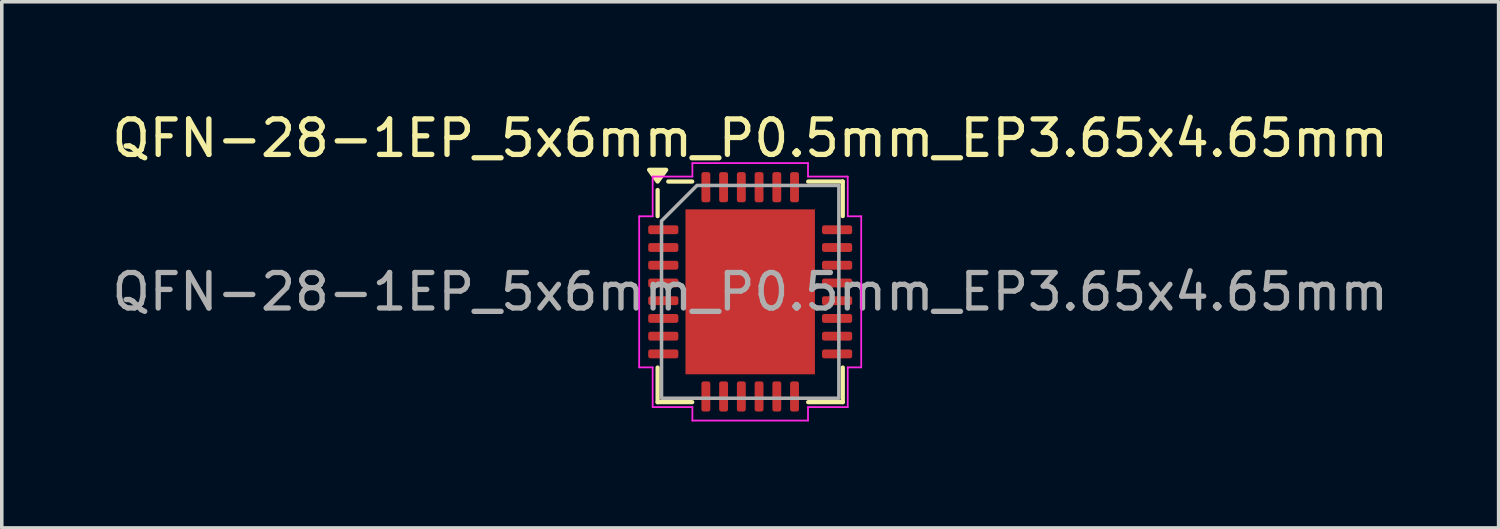
<source format=kicad_pcb>
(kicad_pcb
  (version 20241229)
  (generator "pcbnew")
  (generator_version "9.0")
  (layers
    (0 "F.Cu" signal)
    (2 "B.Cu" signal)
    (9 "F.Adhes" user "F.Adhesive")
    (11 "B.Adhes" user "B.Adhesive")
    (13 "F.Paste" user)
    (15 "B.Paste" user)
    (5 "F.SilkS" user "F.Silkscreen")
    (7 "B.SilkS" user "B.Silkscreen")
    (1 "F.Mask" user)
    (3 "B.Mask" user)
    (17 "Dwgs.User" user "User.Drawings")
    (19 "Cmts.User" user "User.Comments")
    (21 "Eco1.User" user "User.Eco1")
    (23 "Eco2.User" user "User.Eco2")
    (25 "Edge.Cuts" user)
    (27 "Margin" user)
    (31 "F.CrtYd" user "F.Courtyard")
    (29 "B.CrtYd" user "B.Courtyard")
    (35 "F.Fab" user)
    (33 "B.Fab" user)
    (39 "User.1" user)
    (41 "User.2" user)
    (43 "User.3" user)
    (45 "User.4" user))
  (footprint "QFN-28-1EP_5x6mm_P0.5mm_EP3.65x4.65mm"
    (layer "F.Cu")
    (at 18.101 5.178)
    (property "Reference" "QFN-28-1EP_5x6mm_P0.5mm_EP3.65x4.65mm" (at 0 -4.33 0) (layer "F.SilkS") (effects (font (size 1 1) (thickness 0.15))))
    (attr smd)
    (fp_line (start -2.61 -2.135) (end -2.61 -2.87) (stroke (width 0.12) (type solid)) (layer "F.SilkS"))
    (fp_line (start -2.61 3.11) (end -2.61 2.135) (stroke (width 0.12) (type solid)) (layer "F.SilkS"))
    (fp_line (start -1.635 -3.11) (end -2.31 -3.11) (stroke (width 0.12) (type solid)) (layer "F.SilkS"))
    (fp_line (start -1.635 3.11) (end -2.61 3.11) (stroke (width 0.12) (type solid)) (layer "F.SilkS"))
    (fp_line (start 1.635 -3.11) (end 2.61 -3.11) (stroke (width 0.12) (type solid)) (layer "F.SilkS"))
    (fp_line (start 1.635 3.11) (end 2.61 3.11) (stroke (width 0.12) (type solid)) (layer "F.SilkS"))
    (fp_line (start 2.61 -3.11) (end 2.61 -2.135) (stroke (width 0.12) (type solid)) (layer "F.SilkS"))
    (fp_line (start 2.61 3.11) (end 2.61 2.135) (stroke (width 0.12) (type solid)) (layer "F.SilkS"))
    (fp_poly (pts (xy -2.61 -3.11) (xy -2.85 -3.44) (xy -2.37 -3.44)) (stroke (width 0.12) (type solid)) (fill yes) (layer "F.SilkS"))
    (fp_line (start -3.13 -2.13) (end -2.75 -2.13) (stroke (width 0.05) (type solid)) (layer "F.CrtYd"))
    (fp_line (start -3.13 2.13) (end -3.13 -2.13) (stroke (width 0.05) (type solid)) (layer "F.CrtYd"))
    (fp_line (start -2.75 -3.25) (end -1.63 -3.25) (stroke (width 0.05) (type solid)) (layer "F.CrtYd"))
    (fp_line (start -2.75 -2.13) (end -2.75 -3.25) (stroke (width 0.05) (type solid)) (layer "F.CrtYd"))
    (fp_line (start -2.75 2.13) (end -3.13 2.13) (stroke (width 0.05) (type solid)) (layer "F.CrtYd"))
    (fp_line (start -2.75 3.25) (end -2.75 2.13) (stroke (width 0.05) (type solid)) (layer "F.CrtYd"))
    (fp_line (start -1.63 -3.63) (end 1.63 -3.63) (stroke (width 0.05) (type solid)) (layer "F.CrtYd"))
    (fp_line (start -1.63 -3.25) (end -1.63 -3.63) (stroke (width 0.05) (type solid)) (layer "F.CrtYd"))
    (fp_line (start -1.63 3.25) (end -2.75 3.25) (stroke (width 0.05) (type solid)) (layer "F.CrtYd"))
    (fp_line (start -1.63 3.63) (end -1.63 3.25) (stroke (width 0.05) (type solid)) (layer "F.CrtYd"))
    (fp_line (start 1.63 -3.63) (end 1.63 -3.25) (stroke (width 0.05) (type solid)) (layer "F.CrtYd"))
    (fp_line (start 1.63 -3.25) (end 2.75 -3.25) (stroke (width 0.05) (type solid)) (layer "F.CrtYd"))
    (fp_line (start 1.63 3.25) (end 1.63 3.63) (stroke (width 0.05) (type solid)) (layer "F.CrtYd"))
    (fp_line (start 1.63 3.63) (end -1.63 3.63) (stroke (width 0.05) (type solid)) (layer "F.CrtYd"))
    (fp_line (start 2.75 -3.25) (end 2.75 -2.13) (stroke (width 0.05) (type solid)) (layer "F.CrtYd"))
    (fp_line (start 2.75 -2.13) (end 3.13 -2.13) (stroke (width 0.05) (type solid)) (layer "F.CrtYd"))
    (fp_line (start 2.75 2.13) (end 2.75 3.25) (stroke (width 0.05) (type solid)) (layer "F.CrtYd"))
    (fp_line (start 2.75 3.25) (end 1.63 3.25) (stroke (width 0.05) (type solid)) (layer "F.CrtYd"))
    (fp_line (start 3.13 -2.13) (end 3.13 2.13) (stroke (width 0.05) (type solid)) (layer "F.CrtYd"))
    (fp_line (start 3.13 2.13) (end 2.75 2.13) (stroke (width 0.05) (type solid)) (layer "F.CrtYd"))
    (fp_poly (pts (xy -2.5 -2) (xy -2.5 3) (xy 2.5 3) (xy 2.5 -3) (xy -1.5 -3)) (stroke (width 0.1) (type solid)) (fill no) (layer "F.Fab"))
    (fp_text user "${REFERENCE}" (at 0 0 0) (layer "F.Fab") (effects (font (size 1 1) (thickness 0.15))))
    (pad "" smd roundrect (at -1.22 -1.74) (size 0.98 0.94) (layers "F.Paste") (roundrect_rratio 0.25))
    (pad "" smd roundrect (at -1.22 -0.58) (size 0.98 0.94) (layers "F.Paste") (roundrect_rratio 0.25))
    (pad "" smd roundrect (at -1.22 0.58) (size 0.98 0.94) (layers "F.Paste") (roundrect_rratio 0.25))
    (pad "" smd roundrect (at -1.22 1.74) (size 0.98 0.94) (layers "F.Paste") (roundrect_rratio 0.25))
    (pad "" smd roundrect (at 0 -1.74) (size 0.98 0.94) (layers "F.Paste") (roundrect_rratio 0.25))
    (pad "" smd roundrect (at 0 -0.58) (size 0.98 0.94) (layers "F.Paste") (roundrect_rratio 0.25))
    (pad "" smd roundrect (at 0 0.58) (size 0.98 0.94) (layers "F.Paste") (roundrect_rratio 0.25))
    (pad "" smd roundrect (at 0 1.74) (size 0.98 0.94) (layers "F.Paste") (roundrect_rratio 0.25))
    (pad "" smd roundrect (at 1.22 -1.74) (size 0.98 0.94) (layers "F.Paste") (roundrect_rratio 0.25))
    (pad "" smd roundrect (at 1.22 -0.58) (size 0.98 0.94) (layers "F.Paste") (roundrect_rratio 0.25))
    (pad "" smd roundrect (at 1.22 0.58) (size 0.98 0.94) (layers "F.Paste") (roundrect_rratio 0.25))
    (pad "" smd roundrect (at 1.22 1.74) (size 0.98 0.94) (layers "F.Paste") (roundrect_rratio 0.25))
    (pad "1" smd roundrect (at -2.45 -1.75) (size 0.85 0.25) (layers "F.Cu" "F.Mask" "F.Paste") (roundrect_rratio 0.25))
    (pad "2" smd roundrect (at -2.45 -1.25) (size 0.85 0.25) (layers "F.Cu" "F.Mask" "F.Paste") (roundrect_rratio 0.25))
    (pad "3" smd roundrect (at -2.45 -0.75) (size 0.85 0.25) (layers "F.Cu" "F.Mask" "F.Paste") (roundrect_rratio 0.25))
    (pad "4" smd roundrect (at -2.45 -0.25) (size 0.85 0.25) (layers "F.Cu" "F.Mask" "F.Paste") (roundrect_rratio 0.25))
    (pad "5" smd roundrect (at -2.45 0.25) (size 0.85 0.25) (layers "F.Cu" "F.Mask" "F.Paste") (roundrect_rratio 0.25))
    (pad "6" smd roundrect (at -2.45 0.75) (size 0.85 0.25) (layers "F.Cu" "F.Mask" "F.Paste") (roundrect_rratio 0.25))
    (pad "7" smd roundrect (at -2.45 1.25) (size 0.85 0.25) (layers "F.Cu" "F.Mask" "F.Paste") (roundrect_rratio 0.25))
    (pad "8" smd roundrect (at -2.45 1.75) (size 0.85 0.25) (layers "F.Cu" "F.Mask" "F.Paste") (roundrect_rratio 0.25))
    (pad "9" smd roundrect (at -1.25 2.95) (size 0.25 0.85) (layers "F.Cu" "F.Mask" "F.Paste") (roundrect_rratio 0.25))
    (pad "10" smd roundrect (at -0.75 2.95) (size 0.25 0.85) (layers "F.Cu" "F.Mask" "F.Paste") (roundrect_rratio 0.25))
    (pad "11" smd roundrect (at -0.25 2.95) (size 0.25 0.85) (layers "F.Cu" "F.Mask" "F.Paste") (roundrect_rratio 0.25))
    (pad "12" smd roundrect (at 0.25 2.95) (size 0.25 0.85) (layers "F.Cu" "F.Mask" "F.Paste") (roundrect_rratio 0.25))
    (pad "13" smd roundrect (at 0.75 2.95) (size 0.25 0.85) (layers "F.Cu" "F.Mask" "F.Paste") (roundrect_rratio 0.25))
    (pad "14" smd roundrect (at 1.25 2.95) (size 0.25 0.85) (layers "F.Cu" "F.Mask" "F.Paste") (roundrect_rratio 0.25))
    (pad "15" smd roundrect (at 2.45 1.75) (size 0.85 0.25) (layers "F.Cu" "F.Mask" "F.Paste") (roundrect_rratio 0.25))
    (pad "16" smd roundrect (at 2.45 1.25) (size 0.85 0.25) (layers "F.Cu" "F.Mask" "F.Paste") (roundrect_rratio 0.25))
    (pad "17" smd roundrect (at 2.45 0.75) (size 0.85 0.25) (layers "F.Cu" "F.Mask" "F.Paste") (roundrect_rratio 0.25))
    (pad "18" smd roundrect (at 2.45 0.25) (size 0.85 0.25) (layers "F.Cu" "F.Mask" "F.Paste") (roundrect_rratio 0.25))
    (pad "19" smd roundrect (at 2.45 -0.25) (size 0.85 0.25) (layers "F.Cu" "F.Mask" "F.Paste") (roundrect_rratio 0.25))
    (pad "20" smd roundrect (at 2.45 -0.75) (size 0.85 0.25) (layers "F.Cu" "F.Mask" "F.Paste") (roundrect_rratio 0.25))
    (pad "21" smd roundrect (at 2.45 -1.25) (size 0.85 0.25) (layers "F.Cu" "F.Mask" "F.Paste") (roundrect_rratio 0.25))
    (pad "22" smd roundrect (at 2.45 -1.75) (size 0.85 0.25) (layers "F.Cu" "F.Mask" "F.Paste") (roundrect_rratio 0.25))
    (pad "23" smd roundrect (at 1.25 -2.95) (size 0.25 0.85) (layers "F.Cu" "F.Mask" "F.Paste") (roundrect_rratio 0.25))
    (pad "24" smd roundrect (at 0.75 -2.95) (size 0.25 0.85) (layers "F.Cu" "F.Mask" "F.Paste") (roundrect_rratio 0.25))
    (pad "25" smd roundrect (at 0.25 -2.95) (size 0.25 0.85) (layers "F.Cu" "F.Mask" "F.Paste") (roundrect_rratio 0.25))
    (pad "26" smd roundrect (at -0.25 -2.95) (size 0.25 0.85) (layers "F.Cu" "F.Mask" "F.Paste") (roundrect_rratio 0.25))
    (pad "27" smd roundrect (at -0.75 -2.95) (size 0.25 0.85) (layers "F.Cu" "F.Mask" "F.Paste") (roundrect_rratio 0.25))
    (pad "28" smd roundrect (at -1.25 -2.95) (size 0.25 0.85) (layers "F.Cu" "F.Mask" "F.Paste") (roundrect_rratio 0.25))
    (pad "29" smd rect (at 0 0) (size 3.65 4.65) (property pad_prop_heatsink) (layers "F.Cu" "F.Mask")))
  (gr_rect
    (start -3 -3)
    (end 39.202 11.833)
    (stroke (width 0.1) (type default))
    (fill no)
    (layer "Edge.Cuts")))
</source>
